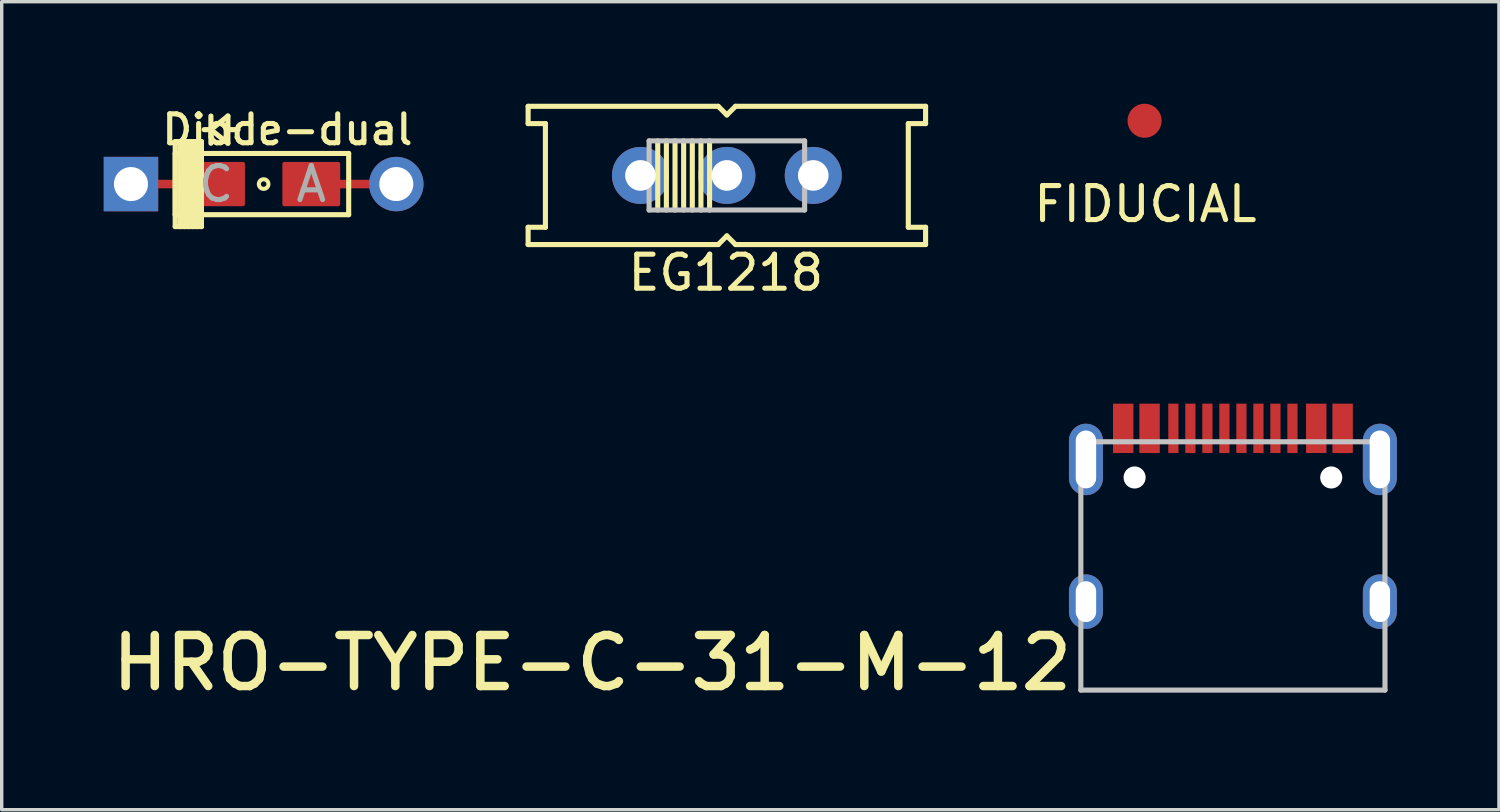
<source format=kicad_pcb>
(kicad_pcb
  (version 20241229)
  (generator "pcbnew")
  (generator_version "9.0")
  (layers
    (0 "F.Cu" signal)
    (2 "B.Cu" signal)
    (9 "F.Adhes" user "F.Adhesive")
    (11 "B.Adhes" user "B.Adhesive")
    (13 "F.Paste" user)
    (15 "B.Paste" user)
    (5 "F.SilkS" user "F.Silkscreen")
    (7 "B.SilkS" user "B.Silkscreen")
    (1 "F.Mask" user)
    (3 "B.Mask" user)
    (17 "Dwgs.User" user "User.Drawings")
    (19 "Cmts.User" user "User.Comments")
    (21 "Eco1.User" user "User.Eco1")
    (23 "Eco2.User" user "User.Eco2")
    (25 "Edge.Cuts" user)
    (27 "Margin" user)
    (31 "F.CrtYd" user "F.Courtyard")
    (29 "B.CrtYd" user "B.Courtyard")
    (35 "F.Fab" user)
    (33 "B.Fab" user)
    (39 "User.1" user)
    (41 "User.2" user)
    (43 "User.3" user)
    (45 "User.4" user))
  (footprint "FIDUCIAL"
    (layer "F.Cu")
    (at 30.596 0.5)
    (property "Reference" "FIDUCIAL" (at 0.025 2.45 0) (layer "F.SilkS") (effects (font (size 1 1) (thickness 0.15))))
    (attr through_hole)
    (pad "1" connect circle (at 0 0) (size 1 1) (layers "F.Cu" "F.Mask")))
  (footprint "HRO-TYPE-C-31-M-12"
    (layer "F.Cu")
    (at 33.193 17.236)
    (property "Reference" "HRO-TYPE-C-31-M-12" (at -4.6 -0.8 0) (layer "F.SilkS") (effects (font (size 1.5 1.5) (thickness 0.25)) (justify right)))
    (attr through_hole)
    (fp_line (start -4.47 -7.3) (end 4.47 -7.3) (stroke (width 0.15) (type solid)) (layer "Dwgs.User"))
    (fp_line (start -4.47 0) (end -4.47 -7.3) (stroke (width 0.15) (type solid)) (layer "Dwgs.User"))
    (fp_line (start -4.47 0) (end 4.47 0) (stroke (width 0.15) (type solid)) (layer "Dwgs.User"))
    (fp_line (start 4.47 0) (end 4.47 -7.3) (stroke (width 0.15) (type solid)) (layer "Dwgs.User"))
    (pad "" np_thru_hole circle (at -2.89 -6.25) (size 0.65 0.65) (drill 0.65) (layers "*.Cu" "*.Mask"))
    (pad "" np_thru_hole circle (at 2.89 -6.25) (size 0.65 0.65) (drill 0.65) (layers "*.Cu" "*.Mask"))
    (pad "1" smd rect (at -3.225 -7.695) (size 0.6 1.45) (layers "F.Cu" "F.Mask" "F.Paste"))
    (pad "2" smd rect (at -2.45 -7.695) (size 0.6 1.45) (layers "F.Cu" "F.Mask" "F.Paste"))
    (pad "3" smd rect (at -1.75 -7.695) (size 0.3 1.45) (layers "F.Cu" "F.Mask" "F.Paste"))
    (pad "4" smd rect (at -1.25 -7.695) (size 0.3 1.45) (layers "F.Cu" "F.Mask" "F.Paste"))
    (pad "5" smd rect (at -0.75 -7.695) (size 0.3 1.45) (layers "F.Cu" "F.Mask" "F.Paste"))
    (pad "6" smd rect (at -0.25 -7.695) (size 0.3 1.45) (layers "F.Cu" "F.Mask" "F.Paste"))
    (pad "7" smd rect (at 0.25 -7.695) (size 0.3 1.45) (layers "F.Cu" "F.Mask" "F.Paste"))
    (pad "8" smd rect (at 0.75 -7.695) (size 0.3 1.45) (layers "F.Cu" "F.Mask" "F.Paste"))
    (pad "9" smd rect (at 1.25 -7.695) (size 0.3 1.45) (layers "F.Cu" "F.Mask" "F.Paste"))
    (pad "10" smd rect (at 1.75 -7.695) (size 0.3 1.45) (layers "F.Cu" "F.Mask" "F.Paste"))
    (pad "11" smd rect (at 2.45 -7.695) (size 0.6 1.45) (layers "F.Cu" "F.Mask" "F.Paste"))
    (pad "12" smd rect (at 3.225 -7.695) (size 0.6 1.45) (layers "F.Cu" "F.Mask" "F.Paste"))
    (pad "13" thru_hole oval (at -4.32 -6.78) (size 1 2.1) (drill oval 0.6 1.7) (layers "*.Cu" "*.Mask"))
    (pad "13" thru_hole oval (at -4.32 -2.6) (size 1 1.6) (drill oval 0.6 1.2) (layers "*.Cu" "*.Mask"))
    (pad "13" thru_hole oval (at 4.32 -6.78) (size 1 2.1) (drill oval 0.6 1.7) (layers "*.Cu" "*.Mask"))
    (pad "13" thru_hole oval (at 4.32 -2.6) (size 1 1.6) (drill oval 0.6 1.2) (layers "*.Cu" "*.Mask")))
  (footprint "Diode-dual"
    (layer "F.Cu")
    (at 4.7 2.361)
    (property "Reference" "Diode-dual" (at 0.7 -1.6 0) (layer "F.SilkS") (effects (font (size 0.85 0.85) (thickness 0.15))))
    (attr smd)
    (fp_line (start -2.6 -1.25) (end -2.6 1.25) (stroke (width 0.15) (type solid)) (layer "F.SilkS"))
    (fp_line (start -2.6 -0.9) (end -2.6 0.9) (stroke (width 0.15) (type solid)) (layer "F.SilkS"))
    (fp_line (start -2.6 0.9) (end 2.5 0.9) (stroke (width 0.15) (type solid)) (layer "F.SilkS"))
    (fp_line (start -2.463 -1.25) (end -2.463 1.25) (stroke (width 0.15) (type solid)) (layer "F.SilkS"))
    (fp_line (start -2.336 1.25) (end -2.336 -1.25) (stroke (width 0.15) (type solid)) (layer "F.SilkS"))
    (fp_line (start -2.209 -1.25) (end -2.209 1.25) (stroke (width 0.15) (type solid)) (layer "F.SilkS"))
    (fp_line (start -2.082 1.25) (end -2.082 -1.25) (stroke (width 0.15) (type solid)) (layer "F.SilkS"))
    (fp_line (start -1.955 -1.25) (end -1.955 1.25) (stroke (width 0.15) (type solid)) (layer "F.SilkS"))
    (fp_line (start -1.828 -1.25) (end -2.603 -1.25) (stroke (width 0.15) (type solid)) (layer "F.SilkS"))
    (fp_line (start -1.828 -1.25) (end -1.828 1.25) (stroke (width 0.15) (type solid)) (layer "F.SilkS"))
    (fp_line (start -1.825 1.25) (end -2.6 1.25) (stroke (width 0.15) (type solid)) (layer "F.SilkS"))
    (fp_line (start -1.55 -2) (end -1.55 -1.2) (stroke (width 0.15) (type solid)) (layer "F.SilkS"))
    (fp_line (start -1.55 -1.6) (end -1.75 -1.6) (stroke (width 0.15) (type solid)) (layer "F.SilkS"))
    (fp_line (start -1.55 -1.6) (end -1.05 -2) (stroke (width 0.15) (type solid)) (layer "F.SilkS"))
    (fp_line (start -1.05 -2) (end -1.05 -1.6) (stroke (width 0.15) (type solid)) (layer "F.SilkS"))
    (fp_line (start -1.05 -1.2) (end -1.55 -1.6) (stroke (width 0.15) (type solid)) (layer "F.SilkS"))
    (fp_line (start -1.05 -1.6) (end -1.05 -1.2) (stroke (width 0.15) (type solid)) (layer "F.SilkS"))
    (fp_line (start -0.75 -1.6) (end -1.05 -1.6) (stroke (width 0.15) (type solid)) (layer "F.SilkS"))
    (fp_line (start 2.5 -0.9) (end -2.6 -0.9) (stroke (width 0.15) (type solid)) (layer "F.SilkS"))
    (fp_line (start 2.5 0.9) (end 2.5 -0.9) (stroke (width 0.15) (type solid)) (layer "F.SilkS"))
    (fp_circle (center 0 0) (end 0.141 0) (stroke (width 0.12) (type solid)) (fill no) (layer "F.SilkS"))
    (fp_text user "A" (at 1.4 0 0) (layer "F.Fab") (effects (font (size 1 1) (thickness 0.15))))
    (fp_text user "C" (at -1.4 0 0) (layer "F.Fab") (effects (font (size 1 1) (thickness 0.15))))
    (pad "1" smd rect (at 1.4 0) (size 1.6 1.2) (layers "F.Cu" "F.Mask" "F.Paste"))
    (pad "1" smd custom (at 1.4 0) (size 1.6 1.2) (layers "F.Cu") (options (anchor rect)) (primitives (gr_poly (pts (xy -0.8 -0.6) (xy -0.8 0.6) (xy 0.8 0.6) (xy 0.8 -0.6)) (width 0.1) (fill yes)) (gr_line (start 2.5 0) (end 0.1 0) (width 0.25)) (gr_circle (center 2.5 0) (end 2.8 0) (width 0.6) (fill no))))
    (pad "1" thru_hole circle (at 3.9 0) (size 1.6 1.6) (drill 1) (layers "*.Cu" "*.Mask"))
    (pad "2" thru_hole rect (at -3.9 0) (size 1.6 1.6) (drill 1) (layers "*.Cu" "*.Mask"))
    (pad "2" smd rect (at -1.4 0) (size 1.6 1.2) (layers "F.Cu" "F.Mask" "F.Paste"))
    (pad "2" smd custom (at -1.4 0) (size 1.6 1.2) (layers "F.Cu") (options (anchor rect)) (primitives (gr_circle (center -2.5 0) (end -2.2 0) (width 0.6) (fill no)) (gr_poly (pts (xy 0.8 -0.6) (xy 0.8 0.6) (xy -0.8 0.6) (xy -0.8 -0.6)) (width 0.1) (fill yes)) (gr_line (start 0.1 0) (end -2.5 0) (width 0.25)))))
  (footprint "EG1218"
    (layer "F.Cu")
    (at 18.317 2.107)
    (property "Reference" "EG1218" (at -0.029 2.86 0) (layer "F.SilkS") (effects (font (size 1 1) (thickness 0.15))))
    (attr through_hole)
    (fp_line (start -5.842 -2.032) (end -0.254 -2.032) (stroke (width 0.15) (type solid)) (layer "F.SilkS"))
    (fp_line (start -5.842 -1.524) (end -5.842 -2.032) (stroke (width 0.15) (type solid)) (layer "F.SilkS"))
    (fp_line (start -5.842 1.524) (end -5.334 1.524) (stroke (width 0.15) (type solid)) (layer "F.SilkS"))
    (fp_line (start -5.842 2.032) (end -5.842 1.524) (stroke (width 0.15) (type solid)) (layer "F.SilkS"))
    (fp_line (start -5.334 -1.524) (end -5.842 -1.524) (stroke (width 0.15) (type solid)) (layer "F.SilkS"))
    (fp_line (start -5.334 1.524) (end -5.334 -1.524) (stroke (width 0.15) (type solid)) (layer "F.SilkS"))
    (fp_line (start -2.032 -1.016) (end -2.032 1.016) (stroke (width 0.15) (type solid)) (layer "F.SilkS"))
    (fp_line (start -1.778 1.016) (end -1.778 -1.016) (stroke (width 0.15) (type solid)) (layer "F.SilkS"))
    (fp_line (start -1.524 -1.016) (end -1.524 1.016) (stroke (width 0.15) (type solid)) (layer "F.SilkS"))
    (fp_line (start -1.27 1.016) (end -1.27 -1.016) (stroke (width 0.15) (type solid)) (layer "F.SilkS"))
    (fp_line (start -1.016 -1.016) (end -1.016 1.016) (stroke (width 0.15) (type solid)) (layer "F.SilkS"))
    (fp_line (start -0.762 1.016) (end -0.762 -1.016) (stroke (width 0.15) (type solid)) (layer "F.SilkS"))
    (fp_line (start -0.508 -1.016) (end -0.508 1.016) (stroke (width 0.15) (type solid)) (layer "F.SilkS"))
    (fp_line (start -0.254 -2.032) (end 0 -1.778) (stroke (width 0.15) (type solid)) (layer "F.SilkS"))
    (fp_line (start -0.254 2.032) (end -5.842 2.032) (stroke (width 0.15) (type solid)) (layer "F.SilkS"))
    (fp_line (start 0 -1.778) (end 0.254 -2.032) (stroke (width 0.15) (type solid)) (layer "F.SilkS"))
    (fp_line (start 0 1.778) (end -0.254 2.032) (stroke (width 0.15) (type solid)) (layer "F.SilkS"))
    (fp_line (start 0.254 -2.032) (end 5.842 -2.032) (stroke (width 0.15) (type solid)) (layer "F.SilkS"))
    (fp_line (start 0.254 2.032) (end 0 1.778) (stroke (width 0.15) (type solid)) (layer "F.SilkS"))
    (fp_line (start 5.334 -1.524) (end 5.334 1.524) (stroke (width 0.15) (type solid)) (layer "F.SilkS"))
    (fp_line (start 5.334 1.524) (end 5.842 1.524) (stroke (width 0.15) (type solid)) (layer "F.SilkS"))
    (fp_line (start 5.842 -2.032) (end 5.842 -1.524) (stroke (width 0.15) (type solid)) (layer "F.SilkS"))
    (fp_line (start 5.842 -1.524) (end 5.334 -1.524) (stroke (width 0.15) (type solid)) (layer "F.SilkS"))
    (fp_line (start 5.842 1.524) (end 5.842 2.032) (stroke (width 0.15) (type solid)) (layer "F.SilkS"))
    (fp_line (start 5.842 2.032) (end 0.254 2.032) (stroke (width 0.15) (type solid)) (layer "F.SilkS"))
    (fp_line (start -2.286 -1.016) (end 2.286 -1.016) (stroke (width 0.15) (type solid)) (layer "Dwgs.User"))
    (fp_line (start -2.286 1.016) (end -2.286 -1.016) (stroke (width 0.15) (type solid)) (layer "Dwgs.User"))
    (fp_line (start 2.286 -1.016) (end 2.286 1.016) (stroke (width 0.15) (type solid)) (layer "Dwgs.User"))
    (fp_line (start 2.286 1.016) (end -2.286 1.016) (stroke (width 0.15) (type solid)) (layer "Dwgs.User"))
    (pad "1" thru_hole circle (at -2.54 0) (size 1.676 1.676) (drill 0.9) (layers "*.Cu" "*.Mask"))
    (pad "2" thru_hole circle (at 0 0) (size 1.676 1.676) (drill 0.9) (layers "*.Cu" "*.Mask"))
    (pad "3" thru_hole circle (at 2.54 0) (size 1.676 1.676) (drill 0.9) (layers "*.Cu" "*.Mask")))
  (gr_rect
    (start -3 -3)
    (end 41.013 20.752)
    (stroke (width 0.1) (type default))
    (fill no)
    (layer "Edge.Cuts")))
</source>
